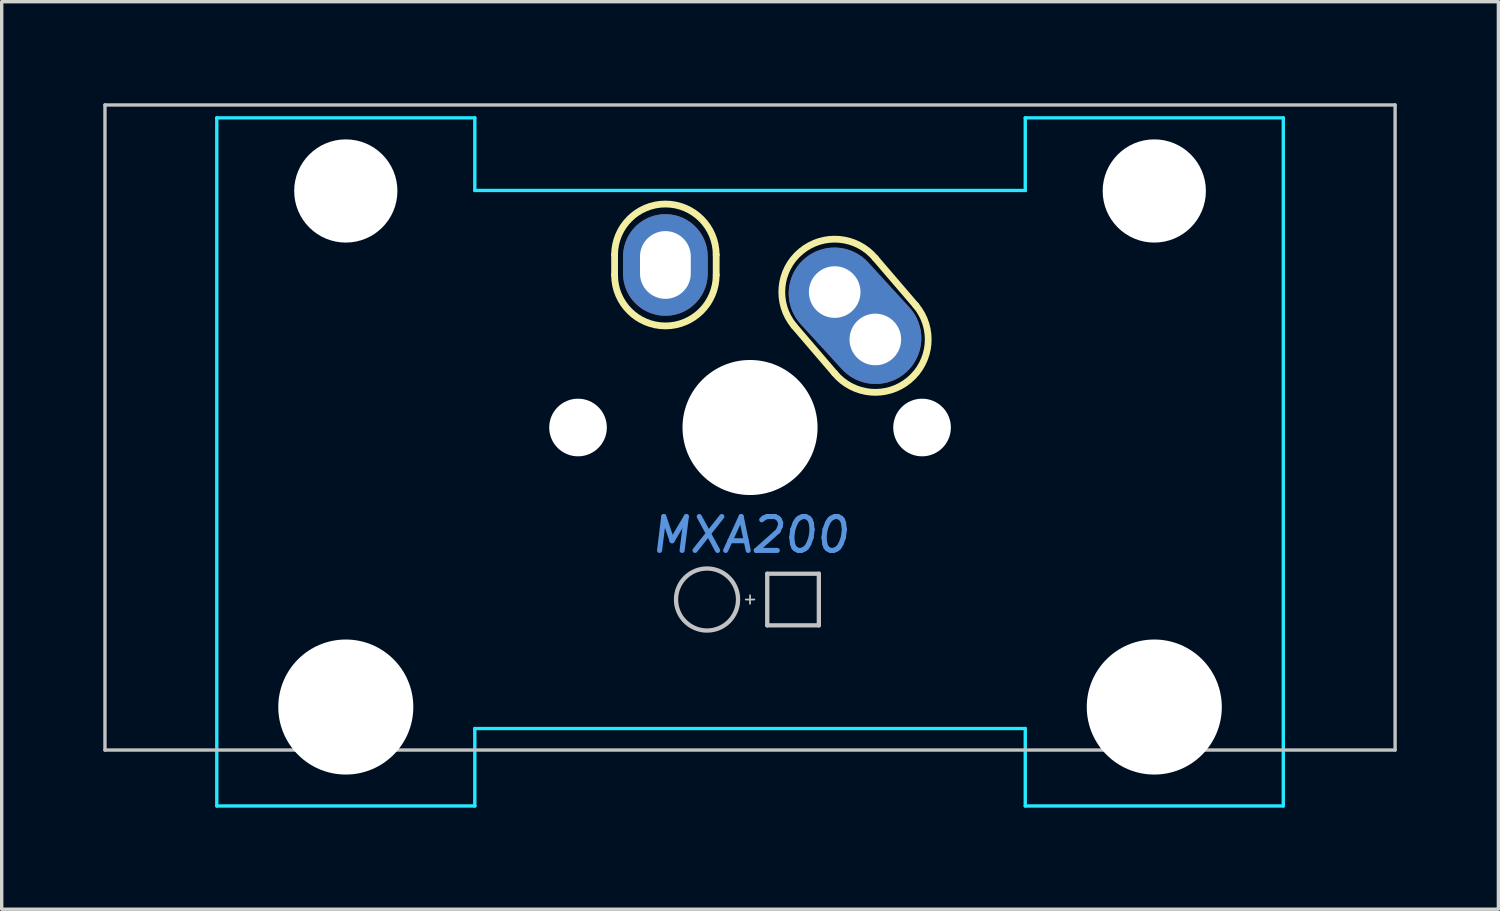
<source format=kicad_pcb>
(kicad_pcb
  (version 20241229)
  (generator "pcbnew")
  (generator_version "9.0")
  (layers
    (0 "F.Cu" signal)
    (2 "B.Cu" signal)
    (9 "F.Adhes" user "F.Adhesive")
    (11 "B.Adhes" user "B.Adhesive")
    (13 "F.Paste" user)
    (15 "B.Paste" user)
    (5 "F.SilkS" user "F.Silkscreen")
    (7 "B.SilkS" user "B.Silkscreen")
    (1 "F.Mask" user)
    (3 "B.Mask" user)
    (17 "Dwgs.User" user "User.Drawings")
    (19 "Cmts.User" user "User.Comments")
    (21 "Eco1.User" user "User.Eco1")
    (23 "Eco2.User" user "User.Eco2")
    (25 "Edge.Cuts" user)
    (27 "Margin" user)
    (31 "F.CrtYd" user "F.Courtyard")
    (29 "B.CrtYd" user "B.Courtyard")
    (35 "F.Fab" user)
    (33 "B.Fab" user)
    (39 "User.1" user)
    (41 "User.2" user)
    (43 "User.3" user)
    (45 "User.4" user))
  (footprint "MXA200"
    (layer "F.Cu")
    (at 19.1 9.575)
    (property "Reference" "MXA200" (at 0 3.175 0) (layer "Cmts.User") (effects (font (size 1 1) (thickness 0.15) (italic yes))))
    (attr through_hole)
    (fp_line (start -4 -4.5) (end -4 -5.1) (stroke (width 0.2) (type solid)) (layer "F.SilkS"))
    (fp_line (start -1 -4.5) (end -1 -5.1) (stroke (width 0.2) (type solid)) (layer "F.SilkS"))
    (fp_line (start 1.3 -3) (end 2.5 -1.6) (stroke (width 0.2) (type solid)) (layer "F.SilkS"))
    (fp_line (start 3.7 -5) (end 4.9 -3.6) (stroke (width 0.2) (type solid)) (layer "F.SilkS"))
    (fp_arc (start -4 -5.1) (mid -2.5 -6.6) (end -1 -5.1) (stroke (width 0.2) (type solid)) (layer "F.SilkS"))
    (fp_arc (start -1 -4.5) (mid -2.5 -3) (end -4 -4.5) (stroke (width 0.2) (type solid)) (layer "F.SilkS"))
    (fp_arc (start 1.3 -3) (mid 1.5 -5.2) (end 3.7 -5) (stroke (width 0.2) (type solid)) (layer "F.SilkS"))
    (fp_arc (start 4.9 -3.6) (mid 4.7 -1.4) (end 2.5 -1.6) (stroke (width 0.2) (type solid)) (layer "F.SilkS"))
    (fp_line (start -19.05 -9.525) (end -19.05 9.525) (stroke (width 0.1) (type solid)) (layer "Dwgs.User"))
    (fp_line (start -19.05 -9.525) (end 19.05 -9.525) (stroke (width 0.1) (type solid)) (layer "Dwgs.User"))
    (fp_line (start -19.05 9.525) (end 19.05 9.525) (stroke (width 0.1) (type solid)) (layer "Dwgs.User"))
    (fp_line (start -0.127 5.08) (end 0.127 5.08) (stroke (width 0.051) (type solid)) (layer "Dwgs.User"))
    (fp_line (start 0 4.953) (end 0 5.207) (stroke (width 0.051) (type solid)) (layer "Dwgs.User"))
    (fp_line (start 0.508 4.318) (end 0.508 5.842) (stroke (width 0.127) (type solid)) (layer "Dwgs.User"))
    (fp_line (start 0.508 4.318) (end 2.032 4.318) (stroke (width 0.127) (type solid)) (layer "Dwgs.User"))
    (fp_line (start 0.508 5.842) (end 2.032 5.842) (stroke (width 0.127) (type solid)) (layer "Dwgs.User"))
    (fp_line (start 2.032 5.842) (end 2.032 4.318) (stroke (width 0.127) (type solid)) (layer "Dwgs.User"))
    (fp_line (start 19.05 -9.525) (end 19.05 9.525) (stroke (width 0.1) (type solid)) (layer "Dwgs.User"))
    (fp_circle (center -1.27 5.08) (end -0.354 5.08) (stroke (width 0.127) (type solid)) (fill no) (layer "Dwgs.User"))
    (fp_line (start -15.748 -9.144) (end -15.748 11.176) (stroke (width 0.1) (type solid)) (layer "B.CrtYd"))
    (fp_line (start -15.748 -9.144) (end -8.128 -9.144) (stroke (width 0.1) (type solid)) (layer "B.CrtYd"))
    (fp_line (start -15.748 11.176) (end -8.128 11.176) (stroke (width 0.1) (type solid)) (layer "B.CrtYd"))
    (fp_line (start -8.128 -7) (end -8.128 -9.144) (stroke (width 0.1) (type solid)) (layer "B.CrtYd"))
    (fp_line (start -8.128 8.89) (end -8.128 11.176) (stroke (width 0.1) (type solid)) (layer "B.CrtYd"))
    (fp_line (start -8.128 8.89) (end 8.128 8.89) (stroke (width 0.1) (type solid)) (layer "B.CrtYd"))
    (fp_line (start 8.128 -9.144) (end 15.748 -9.144) (stroke (width 0.1) (type solid)) (layer "B.CrtYd"))
    (fp_line (start 8.128 -7) (end -8.128 -7) (stroke (width 0.1) (type solid)) (layer "B.CrtYd"))
    (fp_line (start 8.128 -7) (end 8.128 -9.144) (stroke (width 0.1) (type solid)) (layer "B.CrtYd"))
    (fp_line (start 8.128 8.89) (end 8.128 11.176) (stroke (width 0.1) (type solid)) (layer "B.CrtYd"))
    (fp_line (start 8.128 11.176) (end 15.748 11.176) (stroke (width 0.1) (type solid)) (layer "B.CrtYd"))
    (fp_line (start 15.748 -9.144) (end 15.748 11.176) (stroke (width 0.1) (type solid)) (layer "B.CrtYd"))
    (pad "" np_thru_hole circle (at -11.938 -6.985 180) (size 3.048 3.048) (drill 3.048) (layers "*.Cu" "*.Mask"))
    (pad "" np_thru_hole circle (at -11.938 8.255 180) (size 3.988 3.988) (drill 3.988) (layers "*.Cu" "*.Mask"))
    (pad "" np_thru_hole circle (at -5.08 0) (size 1.702 1.702) (drill 1.702) (layers "*.Cu" "*.Mask"))
    (pad "" np_thru_hole circle (at 0 0) (size 3.988 3.988) (drill 3.988) (layers "*.Cu" "*.Mask"))
    (pad "" np_thru_hole circle (at 5.08 0) (size 1.702 1.702) (drill 1.702) (layers "*.Cu" "*.Mask"))
    (pad "" np_thru_hole circle (at 11.938 -6.985 180) (size 3.048 3.048) (drill 3.048) (layers "*.Cu" "*.Mask"))
    (pad "" np_thru_hole circle (at 11.938 8.255 180) (size 3.988 3.988) (drill 3.988) (layers "*.Cu" "*.Mask"))
    (pad "1" thru_hole oval (at -2.5 -4.8) (size 2.5 3) (drill oval 1.5 2) (layers "*.Cu" "*.Mask"))
    (pad "2" thru_hole circle (at 2.5 -4) (size 2.5 2.5) (drill 1.524) (layers "*.Cu" "*.Mask"))
    (pad "2" smd oval (at 3.1 -3.3 222.5) (size 2.7 4.5) (layers "F.Cu" "F.Mask"))
    (pad "2" smd oval (at 3.1 -3.3 222.5) (size 2.7 4.5) (layers "B.Cu" "B.Mask"))
    (pad "2" thru_hole circle (at 3.7 -2.6) (size 2.5 2.5) (drill 1.524) (layers "*.Cu" "*.Mask")))
  (gr_rect
    (start -3 -3)
    (end 41.2 23.801)
    (stroke (width 0.1) (type default))
    (fill no)
    (layer "Edge.Cuts")))
</source>
